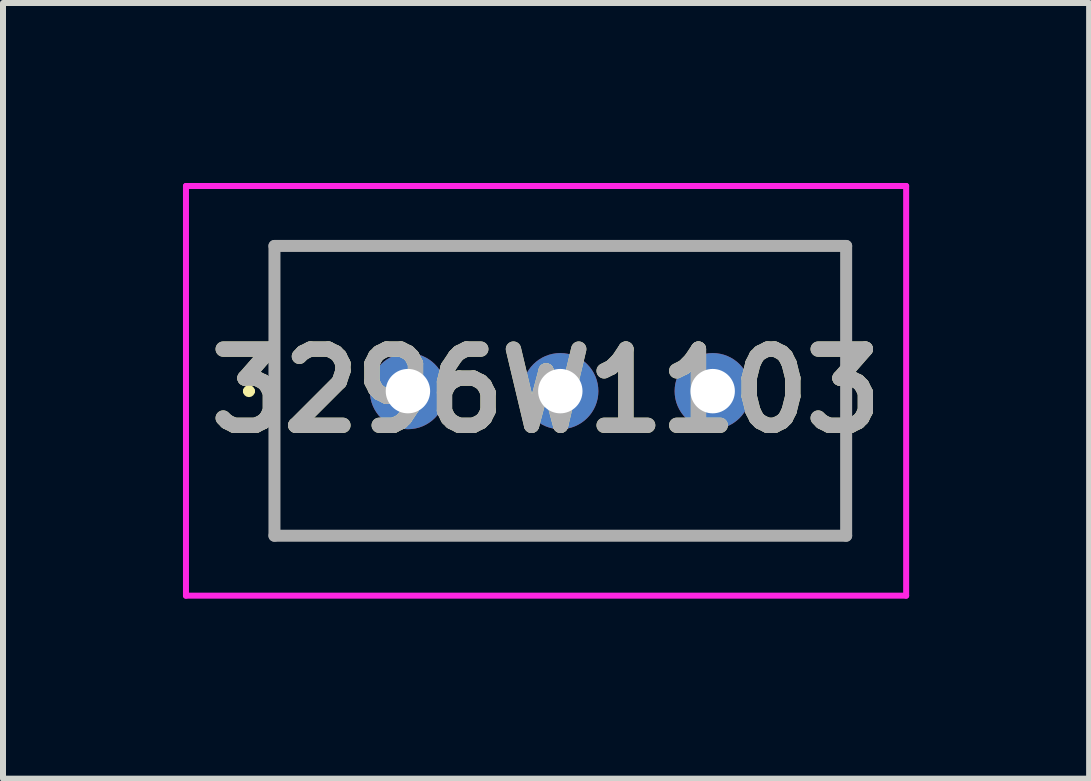
<source format=kicad_pcb>
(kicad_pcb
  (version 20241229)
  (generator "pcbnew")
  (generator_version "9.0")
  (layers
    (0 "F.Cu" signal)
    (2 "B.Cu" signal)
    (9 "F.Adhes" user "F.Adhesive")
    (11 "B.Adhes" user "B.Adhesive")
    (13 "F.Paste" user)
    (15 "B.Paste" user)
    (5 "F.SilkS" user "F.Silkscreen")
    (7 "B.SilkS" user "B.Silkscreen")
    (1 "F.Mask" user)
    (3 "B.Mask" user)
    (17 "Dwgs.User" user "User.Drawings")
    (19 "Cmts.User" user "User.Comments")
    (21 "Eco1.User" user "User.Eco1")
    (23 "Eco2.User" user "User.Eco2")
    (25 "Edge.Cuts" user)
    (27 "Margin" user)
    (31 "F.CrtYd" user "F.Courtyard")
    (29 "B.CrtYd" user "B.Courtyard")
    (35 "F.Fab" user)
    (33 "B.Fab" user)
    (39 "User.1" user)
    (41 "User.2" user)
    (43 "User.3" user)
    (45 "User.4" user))
  (footprint "3296W1103"
    (layer "F.Cu")
    (at 3.75 3.47)
    (property "Reference" "3296W1103" (at 2.303 -0.005 0) (layer "F.SilkS") (effects (font (size 1.27 1.27) (thickness 0.254))))
    (attr through_hole)
    (fp_line (start -2.7 0) (end -2.7 0) (stroke (width 0.1) (type solid)) (layer "F.SilkS"))
    (fp_line (start -2.6 0) (end -2.6 0) (stroke (width 0.1) (type solid)) (layer "F.SilkS"))
    (fp_line (start -2.225 -2.42) (end 7.305 -2.42) (stroke (width 0.1) (type solid)) (layer "F.SilkS"))
    (fp_line (start -2.225 2.41) (end -2.225 -2.42) (stroke (width 0.1) (type solid)) (layer "F.SilkS"))
    (fp_line (start 7.305 -2.42) (end 7.305 2.41) (stroke (width 0.1) (type solid)) (layer "F.SilkS"))
    (fp_line (start 7.305 2.41) (end -2.225 2.41) (stroke (width 0.1) (type solid)) (layer "F.SilkS"))
    (fp_arc (start -2.7 0) (mid -2.65 -0.05) (end -2.6 0) (stroke (width 0.1) (type solid)) (layer "F.SilkS"))
    (fp_arc (start -2.6 0) (mid -2.65 0.05) (end -2.7 0) (stroke (width 0.1) (type solid)) (layer "F.SilkS"))
    (fp_line (start -3.7 -3.42) (end 8.305 -3.42) (stroke (width 0.1) (type solid)) (layer "F.CrtYd"))
    (fp_line (start -3.7 3.41) (end -3.7 -3.42) (stroke (width 0.1) (type solid)) (layer "F.CrtYd"))
    (fp_line (start 8.305 -3.42) (end 8.305 3.41) (stroke (width 0.1) (type solid)) (layer "F.CrtYd"))
    (fp_line (start 8.305 3.41) (end -3.7 3.41) (stroke (width 0.1) (type solid)) (layer "F.CrtYd"))
    (fp_line (start -2.225 -2.42) (end 7.305 -2.42) (stroke (width 0.2) (type solid)) (layer "F.Fab"))
    (fp_line (start -2.225 2.41) (end -2.225 -2.42) (stroke (width 0.2) (type solid)) (layer "F.Fab"))
    (fp_line (start 7.305 -2.42) (end 7.305 2.41) (stroke (width 0.2) (type solid)) (layer "F.Fab"))
    (fp_line (start 7.305 2.41) (end -2.225 2.41) (stroke (width 0.2) (type solid)) (layer "F.Fab"))
    (fp_text user "${REFERENCE}" (at 2.303 -0.005 0) (layer "F.Fab") (effects (font (size 1.27 1.27) (thickness 0.254))))
    (pad "1" thru_hole circle (at 0 0) (size 1.269 1.269) (drill 0.74) (layers "*.Cu" "*.Mask"))
    (pad "2" thru_hole circle (at 2.54 0) (size 1.269 1.269) (drill 0.74) (layers "*.Cu" "*.Mask"))
    (pad "3" thru_hole circle (at 5.08 0) (size 1.269 1.269) (drill 0.74) (layers "*.Cu" "*.Mask")))
  (gr_rect
    (start -3 -3)
    (end 15.105 9.93)
    (stroke (width 0.1) (type default))
    (fill no)
    (layer "Edge.Cuts")))
</source>
